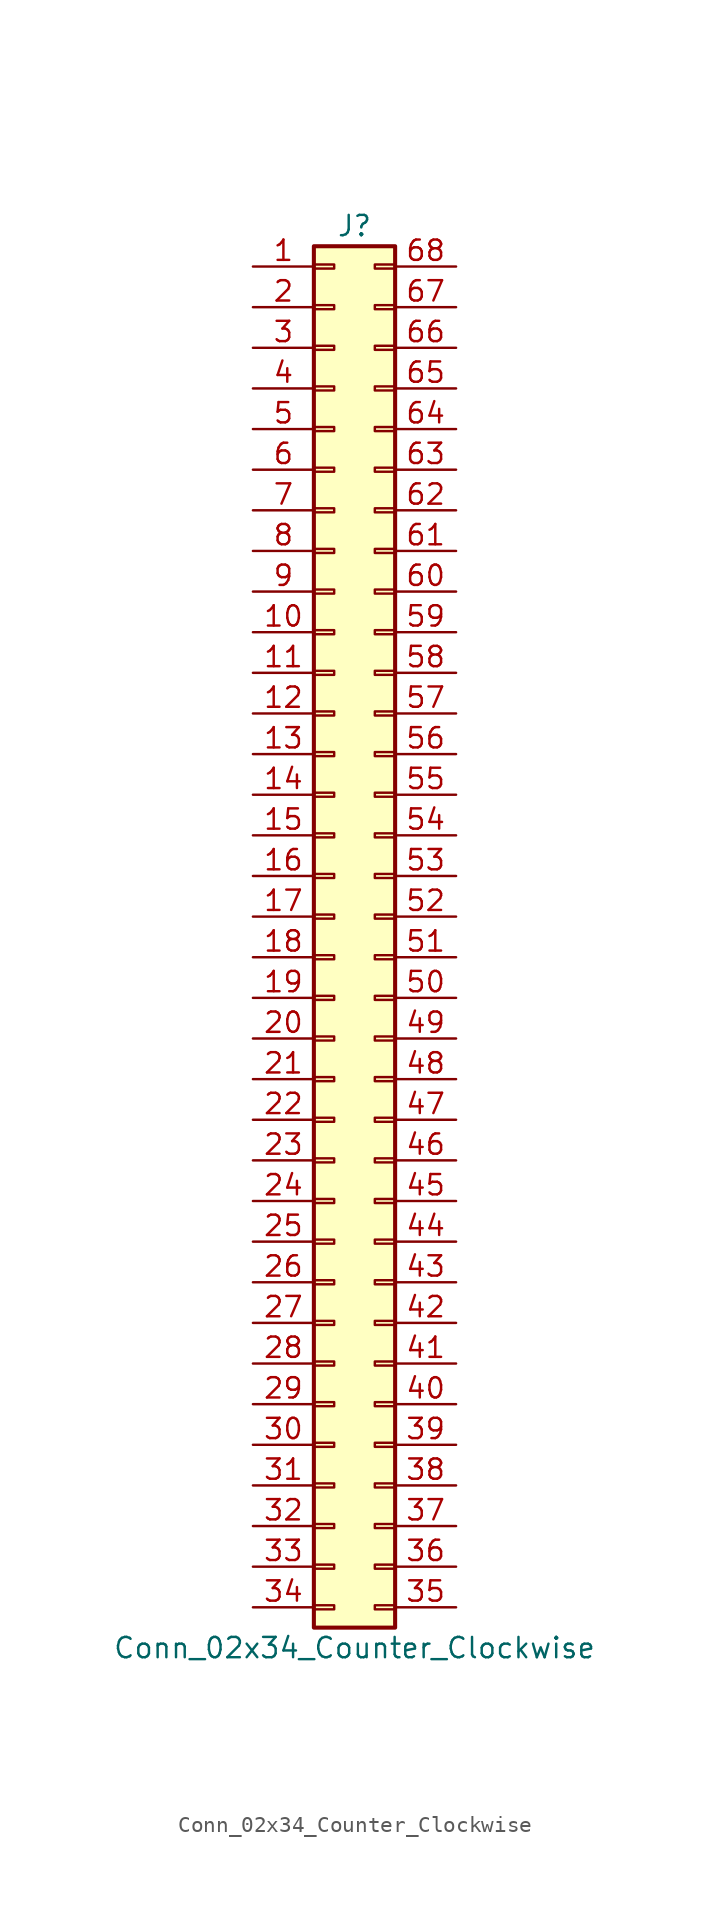
<source format=kicad_sym>
(kicad_symbol_lib
  (version 20201005)
  (generator kicad_symbol_editor)
  (symbol "Connector_Generic:Conn_02x34_Counter_Clockwise"
    (pin_names
      (offset 1.016) hide)
    (property "Reference" "J"
      (at 1.27 43.18 0)
      (effects (font (size 1.27 1.27))))
    (property "Value" "Conn_02x34_Counter_Clockwise"
      (at 1.27 -45.72 0)
      (effects (font (size 1.27 1.27))))
    (symbol "Conn_02x34_Counter_Clockwise_1_1"
      (rectangle (start -1.27 -27.813) (end 0 -28.067) (stroke (width 0.152)) (fill (type none)))
      (rectangle (start -1.27 -30.353) (end 0 -30.607) (stroke (width 0.152)) (fill (type none)))
      (rectangle (start -1.27 -32.893) (end 0 -33.147) (stroke (width 0.152)) (fill (type none)))
      (rectangle (start -1.27 -35.433) (end 0 -35.687) (stroke (width 0.152)) (fill (type none)))
      (rectangle (start -1.27 -37.973) (end 0 -38.227) (stroke (width 0.152)) (fill (type none)))
      (rectangle (start -1.27 -40.513) (end 0 -40.767) (stroke (width 0.152)) (fill (type none)))
      (rectangle (start -1.27 -43.053) (end 0 -43.307) (stroke (width 0.152)) (fill (type none)))
      (rectangle (start -1.27 -4.953) (end 0 -5.207) (stroke (width 0.152)) (fill (type none)))
      (rectangle (start -1.27 -7.493) (end 0 -7.747) (stroke (width 0.152)) (fill (type none)))
      (rectangle (start -1.27 -10.033) (end 0 -10.287) (stroke (width 0.152)) (fill (type none)))
      (rectangle (start -1.27 -12.573) (end 0 -12.827) (stroke (width 0.152)) (fill (type none)))
      (rectangle (start -1.27 -15.113) (end 0 -15.367) (stroke (width 0.152)) (fill (type none)))
      (rectangle (start -1.27 -17.653) (end 0 -17.907) (stroke (width 0.152)) (fill (type none)))
      (rectangle (start -1.27 -20.193) (end 0 -20.447) (stroke (width 0.152)) (fill (type none)))
      (rectangle (start -1.27 -22.733) (end 0 -22.987) (stroke (width 0.152)) (fill (type none)))
      (rectangle (start -1.27 -2.413) (end 0 -2.667) (stroke (width 0.152)) (fill (type none)))
      (rectangle (start -1.27 -25.273) (end 0 -25.527) (stroke (width 0.152)) (fill (type none)))
      (rectangle (start -1.27 25.527) (end 0 25.273) (stroke (width 0.152)) (fill (type none)))
      (rectangle (start -1.27 2.667) (end 0 2.413) (stroke (width 0.152)) (fill (type none)))
      (rectangle (start -1.27 28.067) (end 0 27.813) (stroke (width 0.152)) (fill (type none)))
      (rectangle (start -1.27 30.607) (end 0 30.353) (stroke (width 0.152)) (fill (type none)))
      (rectangle (start -1.27 33.147) (end 0 32.893) (stroke (width 0.152)) (fill (type none)))
      (rectangle (start -1.27 35.687) (end 0 35.433) (stroke (width 0.152)) (fill (type none)))
      (rectangle (start -1.27 38.227) (end 0 37.973) (stroke (width 0.152)) (fill (type none)))
      (rectangle (start -1.27 40.767) (end 0 40.513) (stroke (width 0.152)) (fill (type none)))
      (rectangle (start -1.27 41.91) (end 3.81 -44.45) (stroke (width 0.254)) (fill (type background)))
      (rectangle (start -1.27 5.207) (end 0 4.953) (stroke (width 0.152)) (fill (type none)))
      (rectangle (start -1.27 7.747) (end 0 7.493) (stroke (width 0.152)) (fill (type none)))
      (rectangle (start -1.27 10.287) (end 0 10.033) (stroke (width 0.152)) (fill (type none)))
      (rectangle (start -1.27 0.127) (end 0 -0.127) (stroke (width 0.152)) (fill (type none)))
      (rectangle (start -1.27 12.827) (end 0 12.573) (stroke (width 0.152)) (fill (type none)))
      (rectangle (start -1.27 15.367) (end 0 15.113) (stroke (width 0.152)) (fill (type none)))
      (rectangle (start -1.27 17.907) (end 0 17.653) (stroke (width 0.152)) (fill (type none)))
      (rectangle (start -1.27 20.447) (end 0 20.193) (stroke (width 0.152)) (fill (type none)))
      (rectangle (start -1.27 22.987) (end 0 22.733) (stroke (width 0.152)) (fill (type none)))
      (rectangle (start 3.81 -27.813) (end 2.54 -28.067) (stroke (width 0.152)) (fill (type none)))
      (rectangle (start 3.81 -30.353) (end 2.54 -30.607) (stroke (width 0.152)) (fill (type none)))
      (rectangle (start 3.81 -32.893) (end 2.54 -33.147) (stroke (width 0.152)) (fill (type none)))
      (rectangle (start 3.81 -35.433) (end 2.54 -35.687) (stroke (width 0.152)) (fill (type none)))
      (rectangle (start 3.81 -37.973) (end 2.54 -38.227) (stroke (width 0.152)) (fill (type none)))
      (rectangle (start 3.81 -40.513) (end 2.54 -40.767) (stroke (width 0.152)) (fill (type none)))
      (rectangle (start 3.81 -43.053) (end 2.54 -43.307) (stroke (width 0.152)) (fill (type none)))
      (rectangle (start 3.81 -4.953) (end 2.54 -5.207) (stroke (width 0.152)) (fill (type none)))
      (rectangle (start 3.81 -7.493) (end 2.54 -7.747) (stroke (width 0.152)) (fill (type none)))
      (rectangle (start 3.81 -10.033) (end 2.54 -10.287) (stroke (width 0.152)) (fill (type none)))
      (rectangle (start 3.81 -12.573) (end 2.54 -12.827) (stroke (width 0.152)) (fill (type none)))
      (rectangle (start 3.81 -15.113) (end 2.54 -15.367) (stroke (width 0.152)) (fill (type none)))
      (rectangle (start 3.81 -17.653) (end 2.54 -17.907) (stroke (width 0.152)) (fill (type none)))
      (rectangle (start 3.81 -20.193) (end 2.54 -20.447) (stroke (width 0.152)) (fill (type none)))
      (rectangle (start 3.81 -22.733) (end 2.54 -22.987) (stroke (width 0.152)) (fill (type none)))
      (rectangle (start 3.81 -2.413) (end 2.54 -2.667) (stroke (width 0.152)) (fill (type none)))
      (rectangle (start 3.81 -25.273) (end 2.54 -25.527) (stroke (width 0.152)) (fill (type none)))
      (rectangle (start 3.81 25.527) (end 2.54 25.273) (stroke (width 0.152)) (fill (type none)))
      (rectangle (start 3.81 2.667) (end 2.54 2.413) (stroke (width 0.152)) (fill (type none)))
      (rectangle (start 3.81 28.067) (end 2.54 27.813) (stroke (width 0.152)) (fill (type none)))
      (rectangle (start 3.81 30.607) (end 2.54 30.353) (stroke (width 0.152)) (fill (type none)))
      (rectangle (start 3.81 33.147) (end 2.54 32.893) (stroke (width 0.152)) (fill (type none)))
      (rectangle (start 3.81 35.687) (end 2.54 35.433) (stroke (width 0.152)) (fill (type none)))
      (rectangle (start 3.81 38.227) (end 2.54 37.973) (stroke (width 0.152)) (fill (type none)))
      (rectangle (start 3.81 40.767) (end 2.54 40.513) (stroke (width 0.152)) (fill (type none)))
      (rectangle (start 3.81 5.207) (end 2.54 4.953) (stroke (width 0.152)) (fill (type none)))
      (rectangle (start 3.81 7.747) (end 2.54 7.493) (stroke (width 0.152)) (fill (type none)))
      (rectangle (start 3.81 10.287) (end 2.54 10.033) (stroke (width 0.152)) (fill (type none)))
      (rectangle (start 3.81 0.127) (end 2.54 -0.127) (stroke (width 0.152)) (fill (type none)))
      (rectangle (start 3.81 12.827) (end 2.54 12.573) (stroke (width 0.152)) (fill (type none)))
      (rectangle (start 3.81 15.367) (end 2.54 15.113) (stroke (width 0.152)) (fill (type none)))
      (rectangle (start 3.81 17.907) (end 2.54 17.653) (stroke (width 0.152)) (fill (type none)))
      (rectangle (start 3.81 20.447) (end 2.54 20.193) (stroke (width 0.152)) (fill (type none)))
      (rectangle (start 3.81 22.987) (end 2.54 22.733) (stroke (width 0.152)) (fill (type none)))
      (pin passive line (at -5.08 40.64 0) (length 3.81) (name "Pin_1" (effects (font (size 1.27 1.27)))) (number "1" (effects (font (size 1.27 1.27)))))
      (pin passive line (at -5.08 17.78 0) (length 3.81) (name "Pin_10" (effects (font (size 1.27 1.27)))) (number "10" (effects (font (size 1.27 1.27)))))
      (pin passive line (at -5.08 15.24 0) (length 3.81) (name "Pin_11" (effects (font (size 1.27 1.27)))) (number "11" (effects (font (size 1.27 1.27)))))
      (pin passive line (at -5.08 12.7 0) (length 3.81) (name "Pin_12" (effects (font (size 1.27 1.27)))) (number "12" (effects (font (size 1.27 1.27)))))
      (pin passive line (at -5.08 10.16 0) (length 3.81) (name "Pin_13" (effects (font (size 1.27 1.27)))) (number "13" (effects (font (size 1.27 1.27)))))
      (pin passive line (at -5.08 7.62 0) (length 3.81) (name "Pin_14" (effects (font (size 1.27 1.27)))) (number "14" (effects (font (size 1.27 1.27)))))
      (pin passive line (at -5.08 5.08 0) (length 3.81) (name "Pin_15" (effects (font (size 1.27 1.27)))) (number "15" (effects (font (size 1.27 1.27)))))
      (pin passive line (at -5.08 2.54 0) (length 3.81) (name "Pin_16" (effects (font (size 1.27 1.27)))) (number "16" (effects (font (size 1.27 1.27)))))
      (pin passive line (at -5.08 0 0) (length 3.81) (name "Pin_17" (effects (font (size 1.27 1.27)))) (number "17" (effects (font (size 1.27 1.27)))))
      (pin passive line (at -5.08 -2.54 0) (length 3.81) (name "Pin_18" (effects (font (size 1.27 1.27)))) (number "18" (effects (font (size 1.27 1.27)))))
      (pin passive line (at -5.08 -5.08 0) (length 3.81) (name "Pin_19" (effects (font (size 1.27 1.27)))) (number "19" (effects (font (size 1.27 1.27)))))
      (pin passive line (at -5.08 38.1 0) (length 3.81) (name "Pin_2" (effects (font (size 1.27 1.27)))) (number "2" (effects (font (size 1.27 1.27)))))
      (pin passive line (at -5.08 -7.62 0) (length 3.81) (name "Pin_20" (effects (font (size 1.27 1.27)))) (number "20" (effects (font (size 1.27 1.27)))))
      (pin passive line (at -5.08 -10.16 0) (length 3.81) (name "Pin_21" (effects (font (size 1.27 1.27)))) (number "21" (effects (font (size 1.27 1.27)))))
      (pin passive line (at -5.08 -12.7 0) (length 3.81) (name "Pin_22" (effects (font (size 1.27 1.27)))) (number "22" (effects (font (size 1.27 1.27)))))
      (pin passive line (at -5.08 -15.24 0) (length 3.81) (name "Pin_23" (effects (font (size 1.27 1.27)))) (number "23" (effects (font (size 1.27 1.27)))))
      (pin passive line (at -5.08 -17.78 0) (length 3.81) (name "Pin_24" (effects (font (size 1.27 1.27)))) (number "24" (effects (font (size 1.27 1.27)))))
      (pin passive line (at -5.08 -20.32 0) (length 3.81) (name "Pin_25" (effects (font (size 1.27 1.27)))) (number "25" (effects (font (size 1.27 1.27)))))
      (pin passive line (at -5.08 -22.86 0) (length 3.81) (name "Pin_26" (effects (font (size 1.27 1.27)))) (number "26" (effects (font (size 1.27 1.27)))))
      (pin passive line (at -5.08 -25.4 0) (length 3.81) (name "Pin_27" (effects (font (size 1.27 1.27)))) (number "27" (effects (font (size 1.27 1.27)))))
      (pin passive line (at -5.08 -27.94 0) (length 3.81) (name "Pin_28" (effects (font (size 1.27 1.27)))) (number "28" (effects (font (size 1.27 1.27)))))
      (pin passive line (at -5.08 -30.48 0) (length 3.81) (name "Pin_29" (effects (font (size 1.27 1.27)))) (number "29" (effects (font (size 1.27 1.27)))))
      (pin passive line (at -5.08 35.56 0) (length 3.81) (name "Pin_3" (effects (font (size 1.27 1.27)))) (number "3" (effects (font (size 1.27 1.27)))))
      (pin passive line (at -5.08 -33.02 0) (length 3.81) (name "Pin_30" (effects (font (size 1.27 1.27)))) (number "30" (effects (font (size 1.27 1.27)))))
      (pin passive line (at -5.08 -35.56 0) (length 3.81) (name "Pin_31" (effects (font (size 1.27 1.27)))) (number "31" (effects (font (size 1.27 1.27)))))
      (pin passive line (at -5.08 -38.1 0) (length 3.81) (name "Pin_32" (effects (font (size 1.27 1.27)))) (number "32" (effects (font (size 1.27 1.27)))))
      (pin passive line (at -5.08 -40.64 0) (length 3.81) (name "Pin_33" (effects (font (size 1.27 1.27)))) (number "33" (effects (font (size 1.27 1.27)))))
      (pin passive line (at -5.08 -43.18 0) (length 3.81) (name "Pin_34" (effects (font (size 1.27 1.27)))) (number "34" (effects (font (size 1.27 1.27)))))
      (pin passive line (at 7.62 -43.18 180) (length 3.81) (name "Pin_35" (effects (font (size 1.27 1.27)))) (number "35" (effects (font (size 1.27 1.27)))))
      (pin passive line (at 7.62 -40.64 180) (length 3.81) (name "Pin_36" (effects (font (size 1.27 1.27)))) (number "36" (effects (font (size 1.27 1.27)))))
      (pin passive line (at 7.62 -38.1 180) (length 3.81) (name "Pin_37" (effects (font (size 1.27 1.27)))) (number "37" (effects (font (size 1.27 1.27)))))
      (pin passive line (at 7.62 -35.56 180) (length 3.81) (name "Pin_38" (effects (font (size 1.27 1.27)))) (number "38" (effects (font (size 1.27 1.27)))))
      (pin passive line (at 7.62 -33.02 180) (length 3.81) (name "Pin_39" (effects (font (size 1.27 1.27)))) (number "39" (effects (font (size 1.27 1.27)))))
      (pin passive line (at -5.08 33.02 0) (length 3.81) (name "Pin_4" (effects (font (size 1.27 1.27)))) (number "4" (effects (font (size 1.27 1.27)))))
      (pin passive line (at 7.62 -30.48 180) (length 3.81) (name "Pin_40" (effects (font (size 1.27 1.27)))) (number "40" (effects (font (size 1.27 1.27)))))
      (pin passive line (at 7.62 -27.94 180) (length 3.81) (name "Pin_41" (effects (font (size 1.27 1.27)))) (number "41" (effects (font (size 1.27 1.27)))))
      (pin passive line (at 7.62 -25.4 180) (length 3.81) (name "Pin_42" (effects (font (size 1.27 1.27)))) (number "42" (effects (font (size 1.27 1.27)))))
      (pin passive line (at 7.62 -22.86 180) (length 3.81) (name "Pin_43" (effects (font (size 1.27 1.27)))) (number "43" (effects (font (size 1.27 1.27)))))
      (pin passive line (at 7.62 -20.32 180) (length 3.81) (name "Pin_44" (effects (font (size 1.27 1.27)))) (number "44" (effects (font (size 1.27 1.27)))))
      (pin passive line (at 7.62 -17.78 180) (length 3.81) (name "Pin_45" (effects (font (size 1.27 1.27)))) (number "45" (effects (font (size 1.27 1.27)))))
      (pin passive line (at 7.62 -15.24 180) (length 3.81) (name "Pin_46" (effects (font (size 1.27 1.27)))) (number "46" (effects (font (size 1.27 1.27)))))
      (pin passive line (at 7.62 -12.7 180) (length 3.81) (name "Pin_47" (effects (font (size 1.27 1.27)))) (number "47" (effects (font (size 1.27 1.27)))))
      (pin passive line (at 7.62 -10.16 180) (length 3.81) (name "Pin_48" (effects (font (size 1.27 1.27)))) (number "48" (effects (font (size 1.27 1.27)))))
      (pin passive line (at 7.62 -7.62 180) (length 3.81) (name "Pin_49" (effects (font (size 1.27 1.27)))) (number "49" (effects (font (size 1.27 1.27)))))
      (pin passive line (at -5.08 30.48 0) (length 3.81) (name "Pin_5" (effects (font (size 1.27 1.27)))) (number "5" (effects (font (size 1.27 1.27)))))
      (pin passive line (at 7.62 -5.08 180) (length 3.81) (name "Pin_50" (effects (font (size 1.27 1.27)))) (number "50" (effects (font (size 1.27 1.27)))))
      (pin passive line (at 7.62 -2.54 180) (length 3.81) (name "Pin_51" (effects (font (size 1.27 1.27)))) (number "51" (effects (font (size 1.27 1.27)))))
      (pin passive line (at 7.62 0 180) (length 3.81) (name "Pin_52" (effects (font (size 1.27 1.27)))) (number "52" (effects (font (size 1.27 1.27)))))
      (pin passive line (at 7.62 2.54 180) (length 3.81) (name "Pin_53" (effects (font (size 1.27 1.27)))) (number "53" (effects (font (size 1.27 1.27)))))
      (pin passive line (at 7.62 5.08 180) (length 3.81) (name "Pin_54" (effects (font (size 1.27 1.27)))) (number "54" (effects (font (size 1.27 1.27)))))
      (pin passive line (at 7.62 7.62 180) (length 3.81) (name "Pin_55" (effects (font (size 1.27 1.27)))) (number "55" (effects (font (size 1.27 1.27)))))
      (pin passive line (at 7.62 10.16 180) (length 3.81) (name "Pin_56" (effects (font (size 1.27 1.27)))) (number "56" (effects (font (size 1.27 1.27)))))
      (pin passive line (at 7.62 12.7 180) (length 3.81) (name "Pin_57" (effects (font (size 1.27 1.27)))) (number "57" (effects (font (size 1.27 1.27)))))
      (pin passive line (at 7.62 15.24 180) (length 3.81) (name "Pin_58" (effects (font (size 1.27 1.27)))) (number "58" (effects (font (size 1.27 1.27)))))
      (pin passive line (at 7.62 17.78 180) (length 3.81) (name "Pin_59" (effects (font (size 1.27 1.27)))) (number "59" (effects (font (size 1.27 1.27)))))
      (pin passive line (at -5.08 27.94 0) (length 3.81) (name "Pin_6" (effects (font (size 1.27 1.27)))) (number "6" (effects (font (size 1.27 1.27)))))
      (pin passive line (at 7.62 20.32 180) (length 3.81) (name "Pin_60" (effects (font (size 1.27 1.27)))) (number "60" (effects (font (size 1.27 1.27)))))
      (pin passive line (at 7.62 22.86 180) (length 3.81) (name "Pin_61" (effects (font (size 1.27 1.27)))) (number "61" (effects (font (size 1.27 1.27)))))
      (pin passive line (at 7.62 25.4 180) (length 3.81) (name "Pin_62" (effects (font (size 1.27 1.27)))) (number "62" (effects (font (size 1.27 1.27)))))
      (pin passive line (at 7.62 27.94 180) (length 3.81) (name "Pin_63" (effects (font (size 1.27 1.27)))) (number "63" (effects (font (size 1.27 1.27)))))
      (pin passive line (at 7.62 30.48 180) (length 3.81) (name "Pin_64" (effects (font (size 1.27 1.27)))) (number "64" (effects (font (size 1.27 1.27)))))
      (pin passive line (at 7.62 33.02 180) (length 3.81) (name "Pin_65" (effects (font (size 1.27 1.27)))) (number "65" (effects (font (size 1.27 1.27)))))
      (pin passive line (at 7.62 35.56 180) (length 3.81) (name "Pin_66" (effects (font (size 1.27 1.27)))) (number "66" (effects (font (size 1.27 1.27)))))
      (pin passive line (at 7.62 38.1 180) (length 3.81) (name "Pin_67" (effects (font (size 1.27 1.27)))) (number "67" (effects (font (size 1.27 1.27)))))
      (pin passive line (at 7.62 40.64 180) (length 3.81) (name "Pin_68" (effects (font (size 1.27 1.27)))) (number "68" (effects (font (size 1.27 1.27)))))
      (pin passive line (at -5.08 25.4 0) (length 3.81) (name "Pin_7" (effects (font (size 1.27 1.27)))) (number "7" (effects (font (size 1.27 1.27)))))
      (pin passive line (at -5.08 22.86 0) (length 3.81) (name "Pin_8" (effects (font (size 1.27 1.27)))) (number "8" (effects (font (size 1.27 1.27)))))
      (pin passive line (at -5.08 20.32 0) (length 3.81) (name "Pin_9" (effects (font (size 1.27 1.27)))) (number "9" (effects (font (size 1.27 1.27))))))))
</source>
